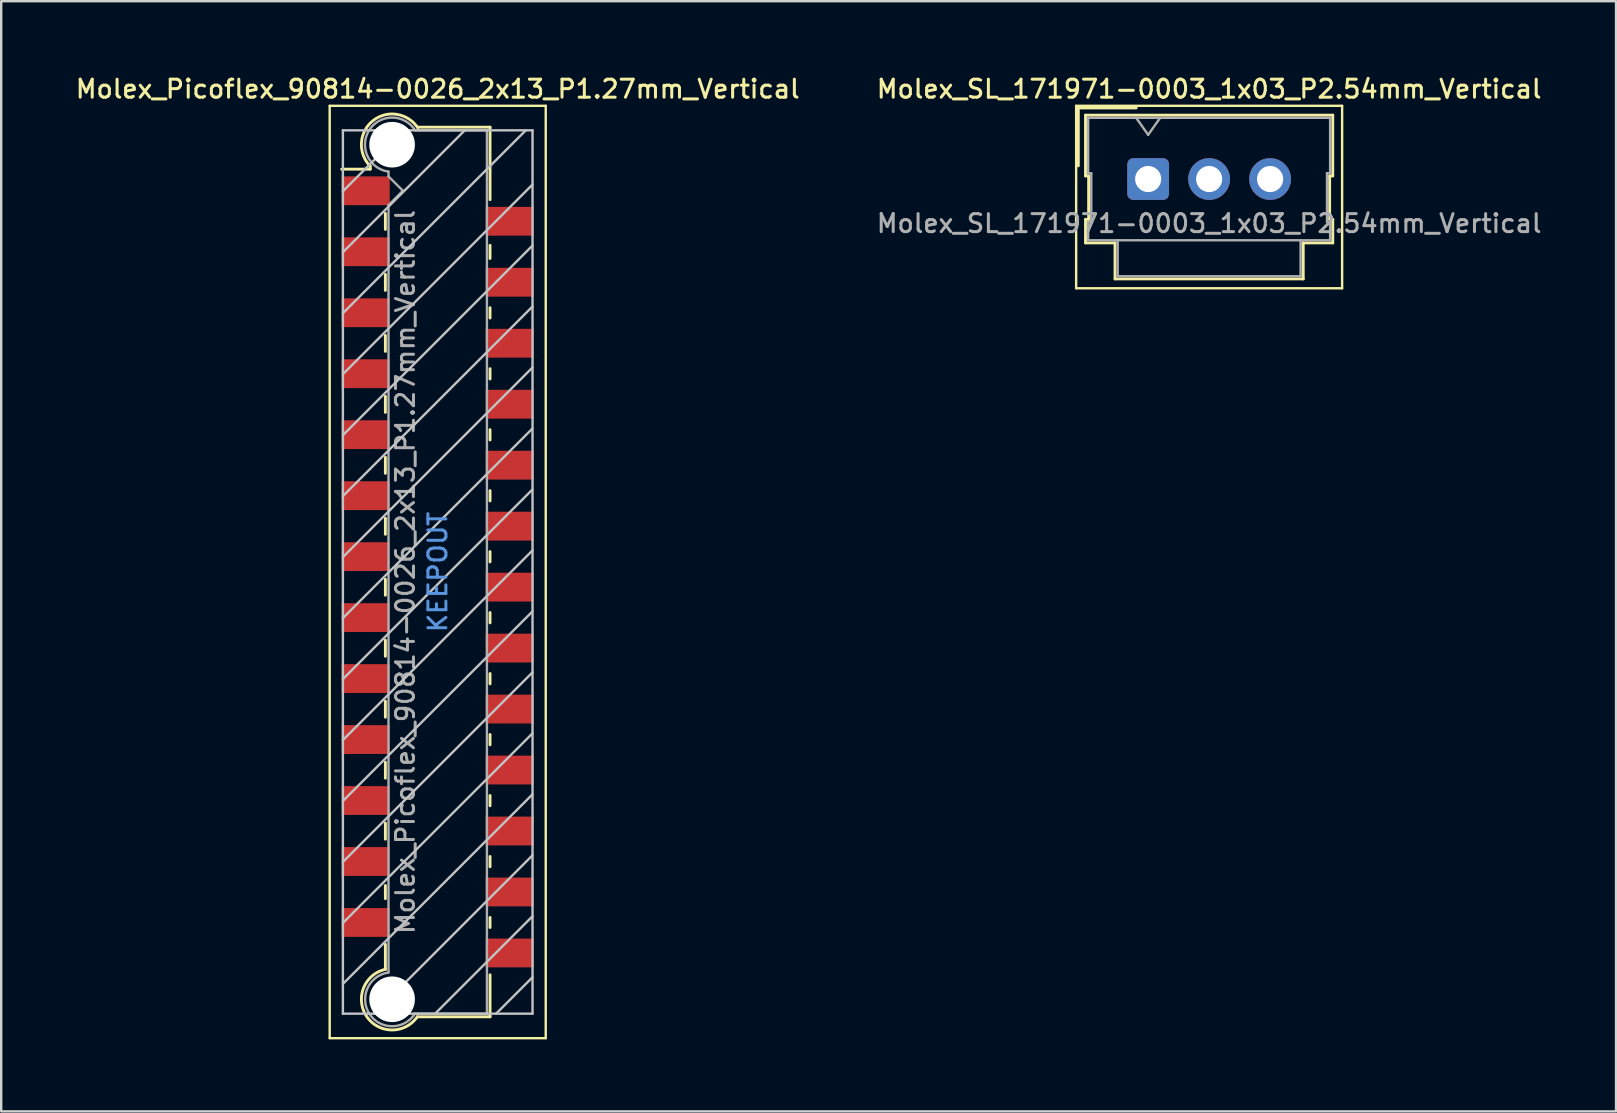
<source format=kicad_pcb>
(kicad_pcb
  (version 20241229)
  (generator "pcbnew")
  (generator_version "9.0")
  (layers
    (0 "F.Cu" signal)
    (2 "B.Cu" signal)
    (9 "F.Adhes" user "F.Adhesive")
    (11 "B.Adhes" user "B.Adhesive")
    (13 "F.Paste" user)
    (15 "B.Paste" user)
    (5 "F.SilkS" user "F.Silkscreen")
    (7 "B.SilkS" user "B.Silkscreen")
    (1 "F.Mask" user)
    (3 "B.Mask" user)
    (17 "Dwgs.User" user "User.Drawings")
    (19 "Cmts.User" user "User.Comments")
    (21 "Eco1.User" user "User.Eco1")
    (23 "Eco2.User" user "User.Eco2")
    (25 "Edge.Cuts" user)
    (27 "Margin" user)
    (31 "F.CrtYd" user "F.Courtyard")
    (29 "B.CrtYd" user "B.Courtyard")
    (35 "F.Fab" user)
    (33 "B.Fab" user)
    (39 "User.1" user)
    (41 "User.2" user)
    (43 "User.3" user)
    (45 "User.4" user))
  (footprint "Molex_SL_171971-0003_1x03_P2.54mm_Vertical"
    (layer "F.Cu")
    (at 44.78 4.408)
    (property "Reference" "Molex_SL_171971-0003_1x03_P2.54mm_Vertical" (at 2.54 -3.75 0) (layer "F.SilkS") (effects (font (size 0.75 0.75) (thickness 0.125))))
    (attr through_hole)
    (fp_line (start -3 -3.05) (end -3 4.55) (stroke (width 0.1) (type solid)) (layer "F.SilkS"))
    (fp_line (start -3 4.55) (end 8.08 4.55) (stroke (width 0.1) (type solid)) (layer "F.SilkS"))
    (fp_line (start -2.91 -2.96) (end -0.5 -2.96) (stroke (width 0.12) (type solid)) (layer "F.SilkS"))
    (fp_line (start -2.91 -0.55) (end -2.91 -2.96) (stroke (width 0.12) (type solid)) (layer "F.SilkS"))
    (fp_line (start -2.61 -2.66) (end -2.61 -0.13) (stroke (width 0.12) (type solid)) (layer "F.SilkS"))
    (fp_line (start -2.61 -0.13) (end -2.48 -0.13) (stroke (width 0.12) (type solid)) (layer "F.SilkS"))
    (fp_line (start -2.61 1.68) (end -2.61 2.66) (stroke (width 0.12) (type solid)) (layer "F.SilkS"))
    (fp_line (start -2.61 2.66) (end -1.38 2.66) (stroke (width 0.12) (type solid)) (layer "F.SilkS"))
    (fp_line (start -2.48 -0.13) (end -2.48 1.68) (stroke (width 0.12) (type solid)) (layer "F.SilkS"))
    (fp_line (start -2.48 1.68) (end -2.61 1.68) (stroke (width 0.12) (type solid)) (layer "F.SilkS"))
    (fp_line (start -1.38 2.66) (end -1.38 4.16) (stroke (width 0.12) (type solid)) (layer "F.SilkS"))
    (fp_line (start -1.38 4.16) (end 6.46 4.16) (stroke (width 0.12) (type solid)) (layer "F.SilkS"))
    (fp_line (start 6.46 2.66) (end 7.69 2.66) (stroke (width 0.12) (type solid)) (layer "F.SilkS"))
    (fp_line (start 6.46 4.16) (end 6.46 2.66) (stroke (width 0.12) (type solid)) (layer "F.SilkS"))
    (fp_line (start 7.56 -0.13) (end 7.69 -0.13) (stroke (width 0.12) (type solid)) (layer "F.SilkS"))
    (fp_line (start 7.56 1.68) (end 7.56 -0.13) (stroke (width 0.12) (type solid)) (layer "F.SilkS"))
    (fp_line (start 7.69 -2.66) (end -2.61 -2.66) (stroke (width 0.12) (type solid)) (layer "F.SilkS"))
    (fp_line (start 7.69 -0.13) (end 7.69 -2.66) (stroke (width 0.12) (type solid)) (layer "F.SilkS"))
    (fp_line (start 7.69 1.68) (end 7.56 1.68) (stroke (width 0.12) (type solid)) (layer "F.SilkS"))
    (fp_line (start 7.69 2.66) (end 7.69 1.68) (stroke (width 0.12) (type solid)) (layer "F.SilkS"))
    (fp_line (start 8.08 -3.05) (end -3 -3.05) (stroke (width 0.1) (type solid)) (layer "F.SilkS"))
    (fp_line (start 8.08 4.55) (end 8.08 -3.05) (stroke (width 0.1) (type solid)) (layer "F.SilkS"))
    (fp_line (start -2.5 -2.55) (end -2.5 -0.24) (stroke (width 0.1) (type solid)) (layer "F.Fab"))
    (fp_line (start -2.5 -0.24) (end -2.37 -0.24) (stroke (width 0.1) (type solid)) (layer "F.Fab"))
    (fp_line (start -2.5 1.79) (end -2.5 2.55) (stroke (width 0.1) (type solid)) (layer "F.Fab"))
    (fp_line (start -2.5 2.55) (end 7.58 2.55) (stroke (width 0.1) (type solid)) (layer "F.Fab"))
    (fp_line (start -2.37 -0.24) (end -2.37 1.79) (stroke (width 0.1) (type solid)) (layer "F.Fab"))
    (fp_line (start -2.37 1.79) (end -2.5 1.79) (stroke (width 0.1) (type solid)) (layer "F.Fab"))
    (fp_line (start -1.27 2.55) (end -1.27 4.05) (stroke (width 0.1) (type solid)) (layer "F.Fab"))
    (fp_line (start -1.27 4.05) (end 6.35 4.05) (stroke (width 0.1) (type solid)) (layer "F.Fab"))
    (fp_line (start 0 -1.843) (end -0.5 -2.55) (stroke (width 0.1) (type solid)) (layer "F.Fab"))
    (fp_line (start 0.5 -2.55) (end 0 -1.843) (stroke (width 0.1) (type solid)) (layer "F.Fab"))
    (fp_line (start 6.35 4.05) (end 6.35 2.55) (stroke (width 0.1) (type solid)) (layer "F.Fab"))
    (fp_line (start 7.45 -0.24) (end 7.58 -0.24) (stroke (width 0.1) (type solid)) (layer "F.Fab"))
    (fp_line (start 7.45 1.79) (end 7.45 -0.24) (stroke (width 0.1) (type solid)) (layer "F.Fab"))
    (fp_line (start 7.58 -2.55) (end -2.5 -2.55) (stroke (width 0.1) (type solid)) (layer "F.Fab"))
    (fp_line (start 7.58 -0.24) (end 7.58 -2.55) (stroke (width 0.1) (type solid)) (layer "F.Fab"))
    (fp_line (start 7.58 1.79) (end 7.45 1.79) (stroke (width 0.1) (type solid)) (layer "F.Fab"))
    (fp_line (start 7.58 2.55) (end 7.58 1.79) (stroke (width 0.1) (type solid)) (layer "F.Fab"))
    (fp_text user "${REFERENCE}" (at 2.54 1.85 0) (layer "F.Fab") (effects (font (size 0.75 0.75) (thickness 0.125))))
    (pad "1" thru_hole roundrect (at 0 0) (size 1.74 1.74) (drill 1.09) (layers "*.Cu" "*.Mask") (roundrect_rratio 0.144))
    (pad "2" thru_hole circle (at 2.54 0) (size 1.74 1.74) (drill 1.09) (layers "*.Cu" "*.Mask"))
    (pad "3" thru_hole circle (at 5.08 0) (size 1.74 1.74) (drill 1.09) (layers "*.Cu" "*.Mask")))
  (footprint "Molex_Picoflex_90814-0026_2x13_P1.27mm_Vertical"
    (layer "F.Cu")
    (at 15.184 20.778)
    (property "Reference" "Molex_Picoflex_90814-0026_2x13_P1.27mm_Vertical" (at 0 -20.12 0) (layer "F.SilkS") (effects (font (size 0.75 0.75) (thickness 0.125))))
    (attr smd)
    (fp_line (start -4.5 -19.42) (end -4.5 19.42) (stroke (width 0.1) (type solid)) (layer "F.SilkS"))
    (fp_line (start -4.5 19.42) (end 4.5 19.42) (stroke (width 0.1) (type solid)) (layer "F.SilkS"))
    (fp_line (start -2.81 -16.9) (end -2.81 -16.78) (stroke (width 0.12) (type solid)) (layer "F.SilkS"))
    (fp_line (start -2.81 -16.78) (end -4 -16.78) (stroke (width 0.12) (type solid)) (layer "F.SilkS"))
    (fp_line (start -2.18 -14.27) (end -2.18 -14.94) (stroke (width 0.12) (type solid)) (layer "F.SilkS"))
    (fp_line (start -2.18 -11.73) (end -2.18 -12.4) (stroke (width 0.12) (type solid)) (layer "F.SilkS"))
    (fp_line (start -2.18 -9.19) (end -2.18 -9.86) (stroke (width 0.12) (type solid)) (layer "F.SilkS"))
    (fp_line (start -2.18 -6.65) (end -2.18 -7.32) (stroke (width 0.12) (type solid)) (layer "F.SilkS"))
    (fp_line (start -2.18 -4.11) (end -2.18 -4.78) (stroke (width 0.12) (type solid)) (layer "F.SilkS"))
    (fp_line (start -2.18 -1.57) (end -2.18 -2.24) (stroke (width 0.12) (type solid)) (layer "F.SilkS"))
    (fp_line (start -2.18 0.97) (end -2.18 0.3) (stroke (width 0.12) (type solid)) (layer "F.SilkS"))
    (fp_line (start -2.18 3.51) (end -2.18 2.84) (stroke (width 0.12) (type solid)) (layer "F.SilkS"))
    (fp_line (start -2.18 6.05) (end -2.18 5.38) (stroke (width 0.12) (type solid)) (layer "F.SilkS"))
    (fp_line (start -2.18 8.59) (end -2.18 7.92) (stroke (width 0.12) (type solid)) (layer "F.SilkS"))
    (fp_line (start -2.18 11.13) (end -2.18 10.46) (stroke (width 0.12) (type solid)) (layer "F.SilkS"))
    (fp_line (start -2.18 13.61) (end -2.18 13.06) (stroke (width 0.12) (type solid)) (layer "F.SilkS"))
    (fp_line (start -2.18 16.55) (end -2.18 15.51) (stroke (width 0.12) (type solid)) (layer "F.SilkS"))
    (fp_line (start 2.18 -18.53) (end -0.82 -18.53) (stroke (width 0.12) (type solid)) (layer "F.SilkS"))
    (fp_line (start 2.18 -18.53) (end 2.18 -15.51) (stroke (width 0.12) (type solid)) (layer "F.SilkS"))
    (fp_line (start 2.18 -13.61) (end 2.18 -13.06) (stroke (width 0.12) (type solid)) (layer "F.SilkS"))
    (fp_line (start 2.18 -11.01) (end 2.18 -10.58) (stroke (width 0.12) (type solid)) (layer "F.SilkS"))
    (fp_line (start 2.18 -8.47) (end 2.18 -8.04) (stroke (width 0.12) (type solid)) (layer "F.SilkS"))
    (fp_line (start 2.18 -5.93) (end 2.18 -5.5) (stroke (width 0.12) (type solid)) (layer "F.SilkS"))
    (fp_line (start 2.18 -3.39) (end 2.18 -2.96) (stroke (width 0.12) (type solid)) (layer "F.SilkS"))
    (fp_line (start 2.18 -0.85) (end 2.18 -0.42) (stroke (width 0.12) (type solid)) (layer "F.SilkS"))
    (fp_line (start 2.18 1.69) (end 2.18 2.12) (stroke (width 0.12) (type solid)) (layer "F.SilkS"))
    (fp_line (start 2.18 4.23) (end 2.18 4.66) (stroke (width 0.12) (type solid)) (layer "F.SilkS"))
    (fp_line (start 2.18 6.77) (end 2.18 7.2) (stroke (width 0.12) (type solid)) (layer "F.SilkS"))
    (fp_line (start 2.18 9.31) (end 2.18 9.74) (stroke (width 0.12) (type solid)) (layer "F.SilkS"))
    (fp_line (start 2.18 11.85) (end 2.18 12.28) (stroke (width 0.12) (type solid)) (layer "F.SilkS"))
    (fp_line (start 2.18 14.39) (end 2.18 14.81) (stroke (width 0.12) (type solid)) (layer "F.SilkS"))
    (fp_line (start 2.18 16.78) (end 2.18 18.53) (stroke (width 0.12) (type solid)) (layer "F.SilkS"))
    (fp_line (start 2.18 18.53) (end -0.85 18.53) (stroke (width 0.12) (type solid)) (layer "F.SilkS"))
    (fp_line (start 4.5 -19.42) (end -4.5 -19.42) (stroke (width 0.1) (type solid)) (layer "F.SilkS"))
    (fp_line (start 4.5 19.42) (end 4.5 -19.42) (stroke (width 0.1) (type solid)) (layer "F.SilkS"))
    (fp_arc (start -2.81 -16.9) (mid -2.708637 -18.792072) (end -0.834991 -18.509828) (stroke (width 0.12) (type solid)) (layer "F.SilkS"))
    (fp_arc (start -0.85 18.53) (mid -2.962791 18.511248) (end -2.174424 16.550964) (stroke (width 0.12) (type solid)) (layer "F.SilkS"))
    (fp_line (start -3.95 -18.4) (end -3.95 18.4) (stroke (width 0.1) (type solid)) (layer "Dwgs.User"))
    (fp_line (start -3.95 -15.86) (end -1.41 -18.4) (stroke (width 0.1) (type solid)) (layer "Dwgs.User"))
    (fp_line (start -3.95 -13.32) (end 1.13 -18.4) (stroke (width 0.1) (type solid)) (layer "Dwgs.User"))
    (fp_line (start -3.95 -10.78) (end 3.67 -18.4) (stroke (width 0.1) (type solid)) (layer "Dwgs.User"))
    (fp_line (start -3.95 -8.24) (end 3.95 -16.14) (stroke (width 0.1) (type solid)) (layer "Dwgs.User"))
    (fp_line (start -3.95 -5.7) (end 3.95 -13.6) (stroke (width 0.1) (type solid)) (layer "Dwgs.User"))
    (fp_line (start -3.95 -3.16) (end 3.95 -11.06) (stroke (width 0.1) (type solid)) (layer "Dwgs.User"))
    (fp_line (start -3.95 -0.62) (end 3.95 -8.52) (stroke (width 0.1) (type solid)) (layer "Dwgs.User"))
    (fp_line (start -3.95 1.92) (end 3.95 -5.98) (stroke (width 0.1) (type solid)) (layer "Dwgs.User"))
    (fp_line (start -3.95 4.46) (end 3.95 -3.44) (stroke (width 0.1) (type solid)) (layer "Dwgs.User"))
    (fp_line (start -3.95 7) (end 3.95 -0.9) (stroke (width 0.1) (type solid)) (layer "Dwgs.User"))
    (fp_line (start -3.95 9.54) (end 3.95 1.64) (stroke (width 0.1) (type solid)) (layer "Dwgs.User"))
    (fp_line (start -3.95 12.08) (end 3.95 4.18) (stroke (width 0.1) (type solid)) (layer "Dwgs.User"))
    (fp_line (start -3.95 14.62) (end 3.95 6.72) (stroke (width 0.1) (type solid)) (layer "Dwgs.User"))
    (fp_line (start -3.95 17.16) (end 3.95 9.26) (stroke (width 0.1) (type solid)) (layer "Dwgs.User"))
    (fp_line (start -3.95 18.4) (end 3.95 18.4) (stroke (width 0.1) (type solid)) (layer "Dwgs.User"))
    (fp_line (start -2.65 18.4) (end 3.95 11.8) (stroke (width 0.1) (type solid)) (layer "Dwgs.User"))
    (fp_line (start -0.11 18.4) (end 3.95 14.34) (stroke (width 0.1) (type solid)) (layer "Dwgs.User"))
    (fp_line (start 2.43 18.4) (end 3.95 16.88) (stroke (width 0.1) (type solid)) (layer "Dwgs.User"))
    (fp_line (start 3.95 -18.4) (end -3.95 -18.4) (stroke (width 0.1) (type solid)) (layer "Dwgs.User"))
    (fp_line (start 3.95 18.4) (end 3.95 -18.4) (stroke (width 0.1) (type solid)) (layer "Dwgs.User"))
    (fp_line (start -2.05 -16.48) (end -2.05 -16.68) (stroke (width 0.1) (type solid)) (layer "F.Fab"))
    (fp_line (start -2.05 -15.28) (end -1.45 -15.88) (stroke (width 0.1) (type solid)) (layer "F.Fab"))
    (fp_line (start -2.05 16.68) (end -2.05 -15.28) (stroke (width 0.1) (type solid)) (layer "F.Fab"))
    (fp_line (start -1.45 -15.88) (end -2.05 -16.48) (stroke (width 0.1) (type solid)) (layer "F.Fab"))
    (fp_line (start 2.05 -18.4) (end -0.93 -18.4) (stroke (width 0.1) (type solid)) (layer "F.Fab"))
    (fp_line (start 2.05 -18.4) (end 2.05 18.4) (stroke (width 0.1) (type solid)) (layer "F.Fab"))
    (fp_line (start 2.05 18.4) (end -0.95 18.4) (stroke (width 0.1) (type solid)) (layer "F.Fab"))
    (fp_arc (start -2.05 -16.68) (mid -2.851672 -18.409279) (end -0.945612 -18.405015) (stroke (width 0.1) (type solid)) (layer "F.Fab"))
    (fp_arc (start -0.95 18.4) (mid -2.845272 18.407422) (end -2.051022 16.686585) (stroke (width 0.1) (type solid)) (layer "F.Fab"))
    (fp_text user "KEEPOUT" (at 0 0 90) (layer "Cmts.User") (effects (font (size 0.75 0.75) (thickness 0.125))))
    (fp_text user "${REFERENCE}" (at -1.35 0 90) (layer "F.Fab") (effects (font (size 0.75 0.75) (thickness 0.125))))
    (pad "" np_thru_hole circle (at -1.9 -17.8) (size 1.9 1.9) (drill 1.9) (layers "*.Cu" "*.Mask"))
    (pad "" np_thru_hole circle (at -1.9 17.8) (size 1.9 1.9) (drill 1.9) (layers "*.Cu" "*.Mask"))
    (pad "1" smd rect (at -3 -15.88) (size 2 1.2) (layers "F.Cu" "F.Mask" "F.Paste"))
    (pad "2" smd rect (at 3 -14.61) (size 2 1.2) (layers "F.Cu" "F.Mask" "F.Paste"))
    (pad "3" smd rect (at -3 -13.34) (size 2 1.2) (layers "F.Cu" "F.Mask" "F.Paste"))
    (pad "4" smd rect (at 3 -12.07) (size 2 1.2) (layers "F.Cu" "F.Mask" "F.Paste"))
    (pad "5" smd rect (at -3 -10.8) (size 2 1.2) (layers "F.Cu" "F.Mask" "F.Paste"))
    (pad "6" smd rect (at 3 -9.53) (size 2 1.2) (layers "F.Cu" "F.Mask" "F.Paste"))
    (pad "7" smd rect (at -3 -8.26) (size 2 1.2) (layers "F.Cu" "F.Mask" "F.Paste"))
    (pad "8" smd rect (at 3 -6.99) (size 2 1.2) (layers "F.Cu" "F.Mask" "F.Paste"))
    (pad "9" smd rect (at -3 -5.72) (size 2 1.2) (layers "F.Cu" "F.Mask" "F.Paste"))
    (pad "10" smd rect (at 3 -4.45) (size 2 1.2) (layers "F.Cu" "F.Mask" "F.Paste"))
    (pad "11" smd rect (at -3 -3.18) (size 2 1.2) (layers "F.Cu" "F.Mask" "F.Paste"))
    (pad "12" smd rect (at 3 -1.91) (size 2 1.2) (layers "F.Cu" "F.Mask" "F.Paste"))
    (pad "13" smd rect (at -3 -0.64) (size 2 1.2) (layers "F.Cu" "F.Mask" "F.Paste"))
    (pad "14" smd rect (at 3 0.63) (size 2 1.2) (layers "F.Cu" "F.Mask" "F.Paste"))
    (pad "15" smd rect (at -3 1.9) (size 2 1.2) (layers "F.Cu" "F.Mask" "F.Paste"))
    (pad "16" smd rect (at 3 3.17) (size 2 1.2) (layers "F.Cu" "F.Mask" "F.Paste"))
    (pad "17" smd rect (at -3 4.44) (size 2 1.2) (layers "F.Cu" "F.Mask" "F.Paste"))
    (pad "18" smd rect (at 3 5.71) (size 2 1.2) (layers "F.Cu" "F.Mask" "F.Paste"))
    (pad "19" smd rect (at -3 6.98) (size 2 1.2) (layers "F.Cu" "F.Mask" "F.Paste"))
    (pad "20" smd rect (at 3 8.25) (size 2 1.2) (layers "F.Cu" "F.Mask" "F.Paste"))
    (pad "21" smd rect (at -3 9.52) (size 2 1.2) (layers "F.Cu" "F.Mask" "F.Paste"))
    (pad "22" smd rect (at 3 10.79) (size 2 1.2) (layers "F.Cu" "F.Mask" "F.Paste"))
    (pad "23" smd rect (at -3 12.06) (size 2 1.2) (layers "F.Cu" "F.Mask" "F.Paste"))
    (pad "24" smd rect (at 3 13.33) (size 2 1.2) (layers "F.Cu" "F.Mask" "F.Paste"))
    (pad "25" smd rect (at -3 14.6) (size 2 1.2) (layers "F.Cu" "F.Mask" "F.Paste"))
    (pad "26" smd rect (at 3 15.87) (size 2 1.2) (layers "F.Cu" "F.Mask" "F.Paste")))
  (gr_rect
    (start -3 -3)
    (end 64.271 43.248)
    (stroke (width 0.1) (type default))
    (fill no)
    (layer "Edge.Cuts")))
</source>
